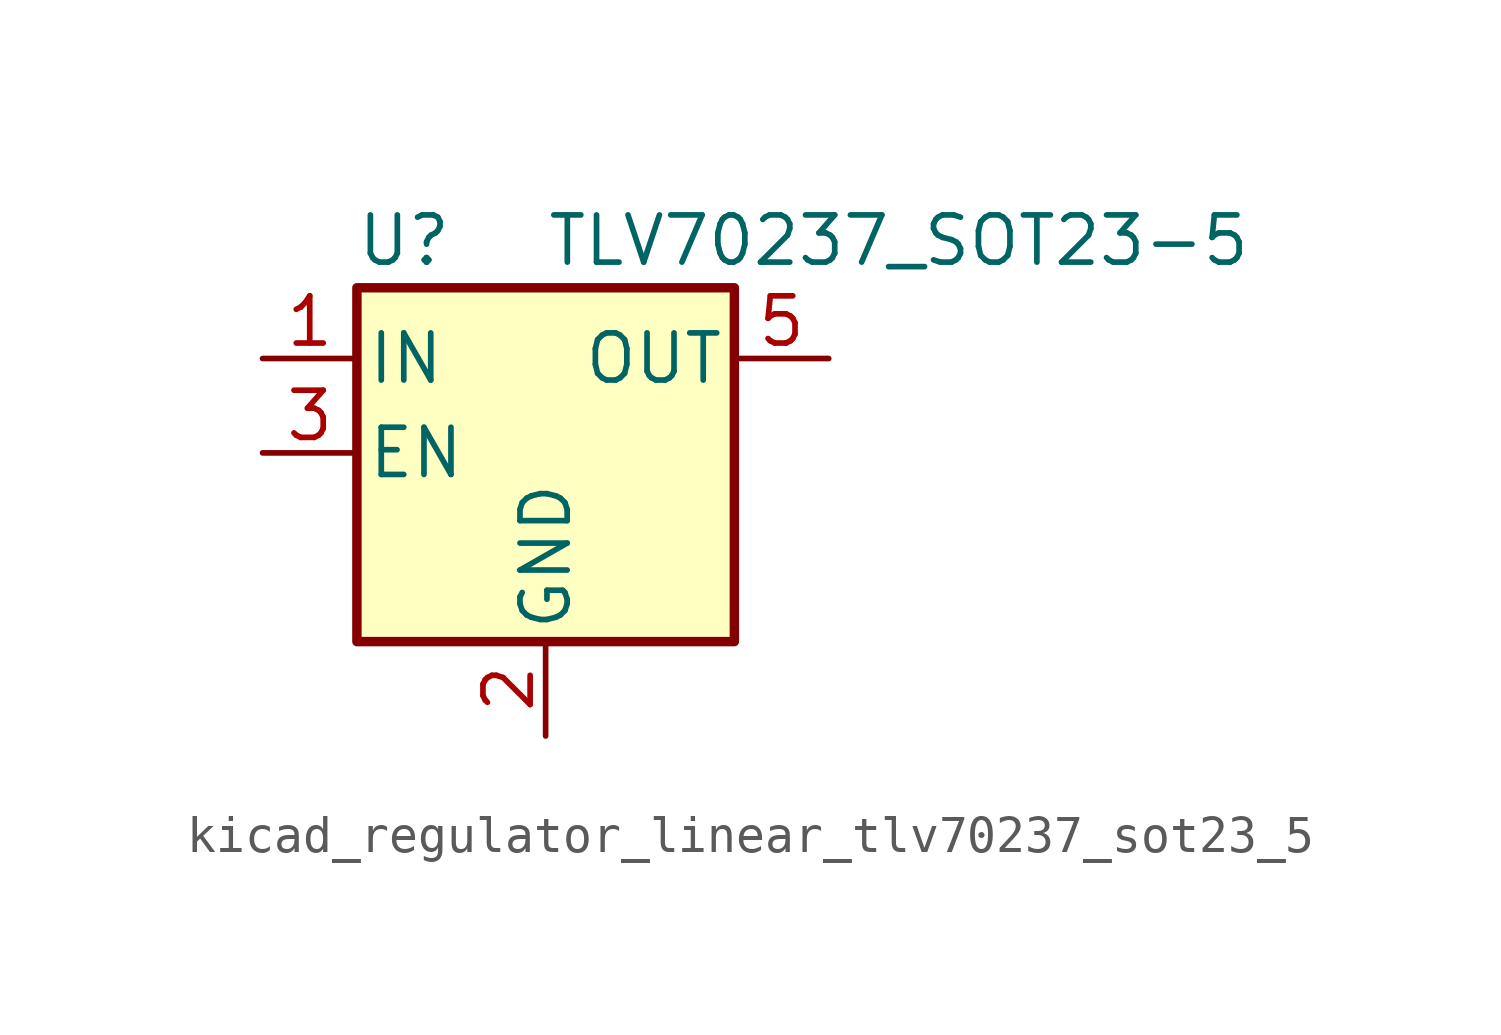
<source format=kicad_sym>
(kicad_symbol_lib
  (version 20220914)
  (generator kicad_symbol_editor)
  (symbol "kicad_regulator_linear_tlv70237_sot23_5"
    (pin_names
      (offset 0.254))
    (property "Reference" "U"
      (at -3.81 5.715 0)
      (effects (font (size 1.27 1.27))))
    (property "Value" "TLV70237_SOT23-5"
      (at 0 5.715 0)
      (effects (font (size 1.27 1.27)) (justify left)))
    (symbol "kicad_regulator_linear_tlv70237_sot23_5_0_1"
      (rectangle (start -5.08 4.445) (end 5.08 -5.08) (stroke (width 0.254) (type default)) (fill (type background))))
    (symbol "kicad_regulator_linear_tlv70237_sot23_5_1_1"
      (pin power_in line (at -7.62 2.54 0) (length 2.54) (name "IN" (effects (font (size 1.27 1.27)))) (number "1" (effects (font (size 1.27 1.27)))))
      (pin power_in line (at 0 -7.62 90) (length 2.54) (name "GND" (effects (font (size 1.27 1.27)))) (number "2" (effects (font (size 1.27 1.27)))))
      (pin input line (at -7.62 0 0) (length 2.54) (name "EN" (effects (font (size 1.27 1.27)))) (number "3" (effects (font (size 1.27 1.27)))))
      (pin no_connect line (at 5.08 0 180) (length 2.54) hide (name "NC" (effects (font (size 1.27 1.27)))) (number "4" (effects (font (size 1.27 1.27)))))
      (pin power_out line (at 7.62 2.54 180) (length 2.54) (name "OUT" (effects (font (size 1.27 1.27)))) (number "5" (effects (font (size 1.27 1.27))))))))
</source>
